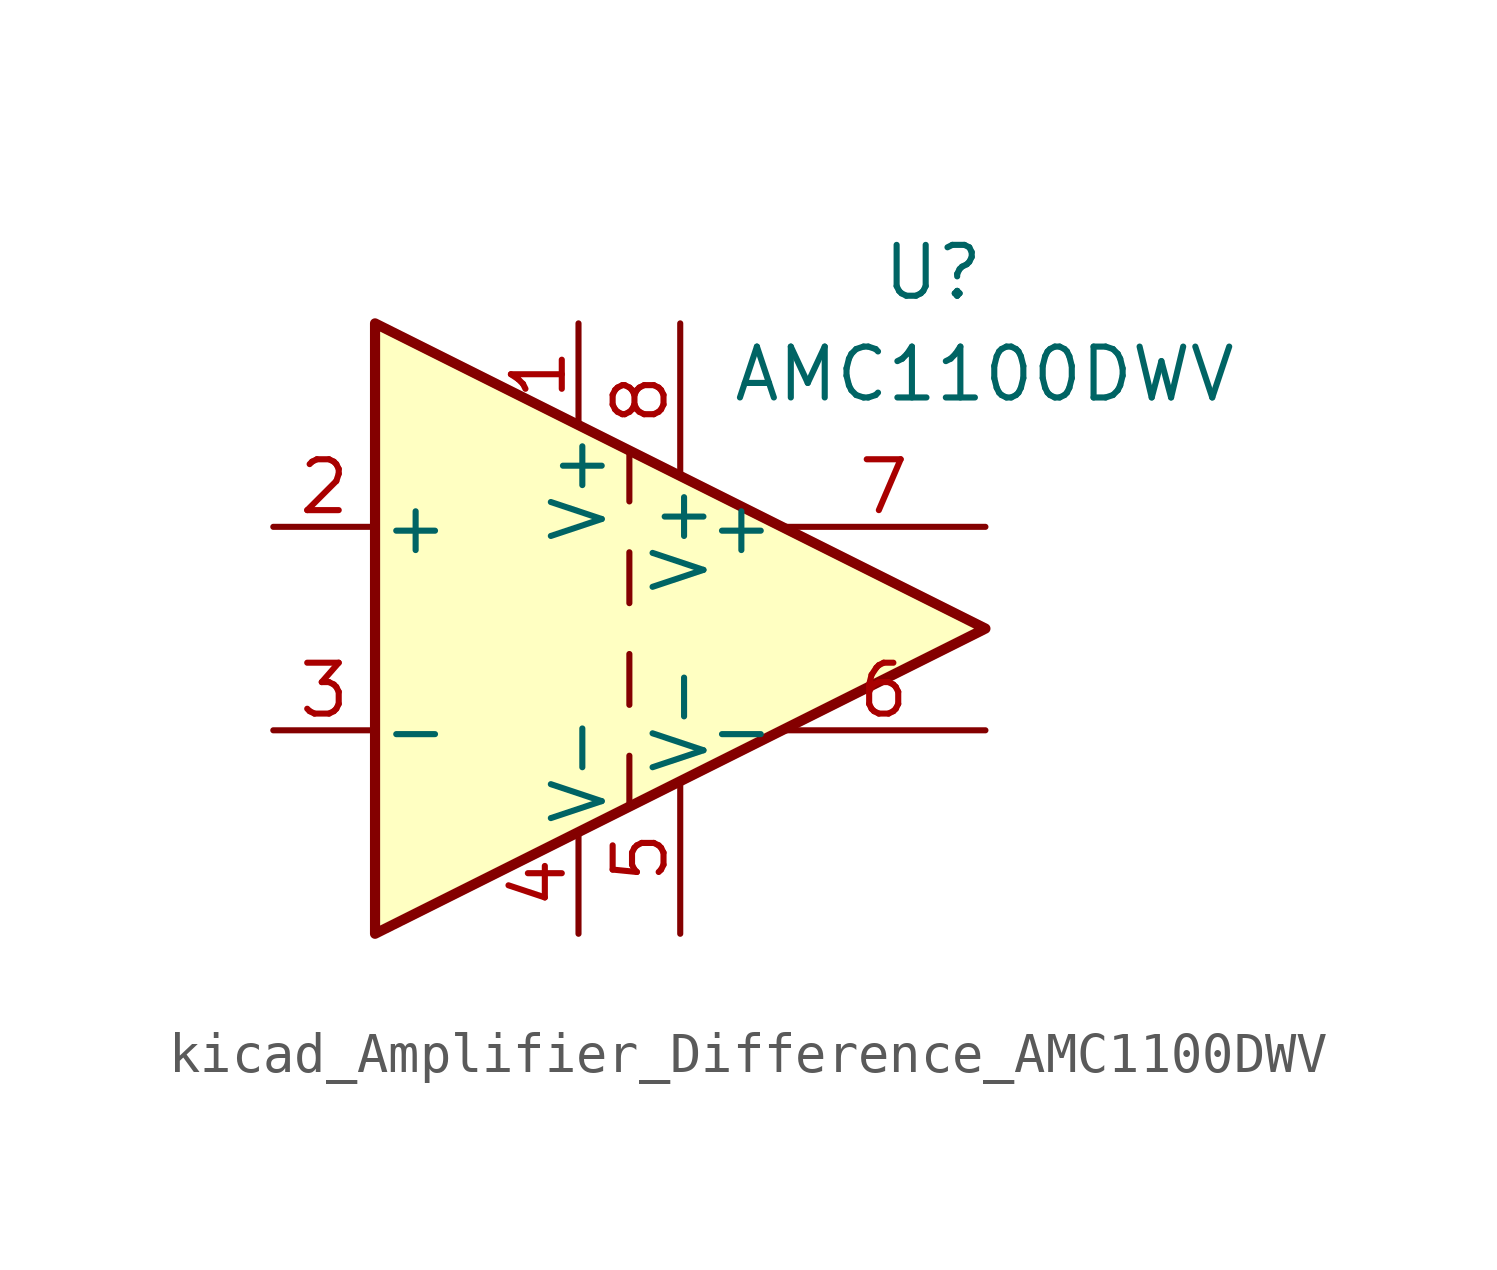
<source format=kicad_sym>
(kicad_symbol_lib
  (version 20220914)
  (generator kicad_symbol_editor)
  (symbol "kicad_Amplifier_Difference_AMC1100DWV"
    (pin_names
      (offset 0.127))
    (property "Reference" "U"
      (at 7.62 8.89 0)
      (effects (font (size 1.27 1.27)) (justify right)))
    (property "Value" "AMC1100DWV"
      (at 1.27 6.35 0)
      (effects (font (size 1.27 1.27)) (justify left)))
    (symbol "kicad_Amplifier_Difference_AMC1100DWV_0_1"
      (polyline (pts (xy -1.27 -3.175) (xy -1.27 -4.445)) (stroke (width 0) (type default)) (fill (type none)))
      (polyline (pts (xy -1.27 -0.635) (xy -1.27 -1.905)) (stroke (width 0) (type default)) (fill (type none)))
      (polyline (pts (xy -1.27 1.905) (xy -1.27 0.635)) (stroke (width 0) (type default)) (fill (type none)))
      (polyline (pts (xy -1.27 4.445) (xy -1.27 3.175)) (stroke (width 0) (type default)) (fill (type none)))
      (polyline (pts (xy -7.62 -7.62) (xy -7.62 7.62) (xy 7.62 0) (xy -7.62 -7.62)) (stroke (width 0.254) (type default)) (fill (type background))))
    (symbol "kicad_Amplifier_Difference_AMC1100DWV_1_1"
      (pin power_in line (at -2.54 7.62 270) (length 2.54) (name "V+" (effects (font (size 1.27 1.27)))) (number "1" (effects (font (size 1.27 1.27)))))
      (pin input line (at -10.16 2.54 0) (length 2.54) (name "+" (effects (font (size 1.27 1.27)))) (number "2" (effects (font (size 1.27 1.27)))))
      (pin input line (at -10.16 -2.54 0) (length 2.54) (name "-" (effects (font (size 1.27 1.27)))) (number "3" (effects (font (size 1.27 1.27)))))
      (pin power_in line (at -2.54 -7.62 90) (length 2.54) (name "V-" (effects (font (size 1.27 1.27)))) (number "4" (effects (font (size 1.27 1.27)))))
      (pin power_in line (at 0 -7.62 90) (length 3.81) (name "V-" (effects (font (size 1.27 1.27)))) (number "5" (effects (font (size 1.27 1.27)))))
      (pin output line (at 7.62 -2.54 180) (length 5.08) (name "-" (effects (font (size 1.27 1.27)))) (number "6" (effects (font (size 1.27 1.27)))))
      (pin output line (at 7.62 2.54 180) (length 5.08) (name "+" (effects (font (size 1.27 1.27)))) (number "7" (effects (font (size 1.27 1.27)))))
      (pin power_in line (at 0 7.62 270) (length 3.81) (name "V+" (effects (font (size 1.27 1.27)))) (number "8" (effects (font (size 1.27 1.27))))))))
</source>
